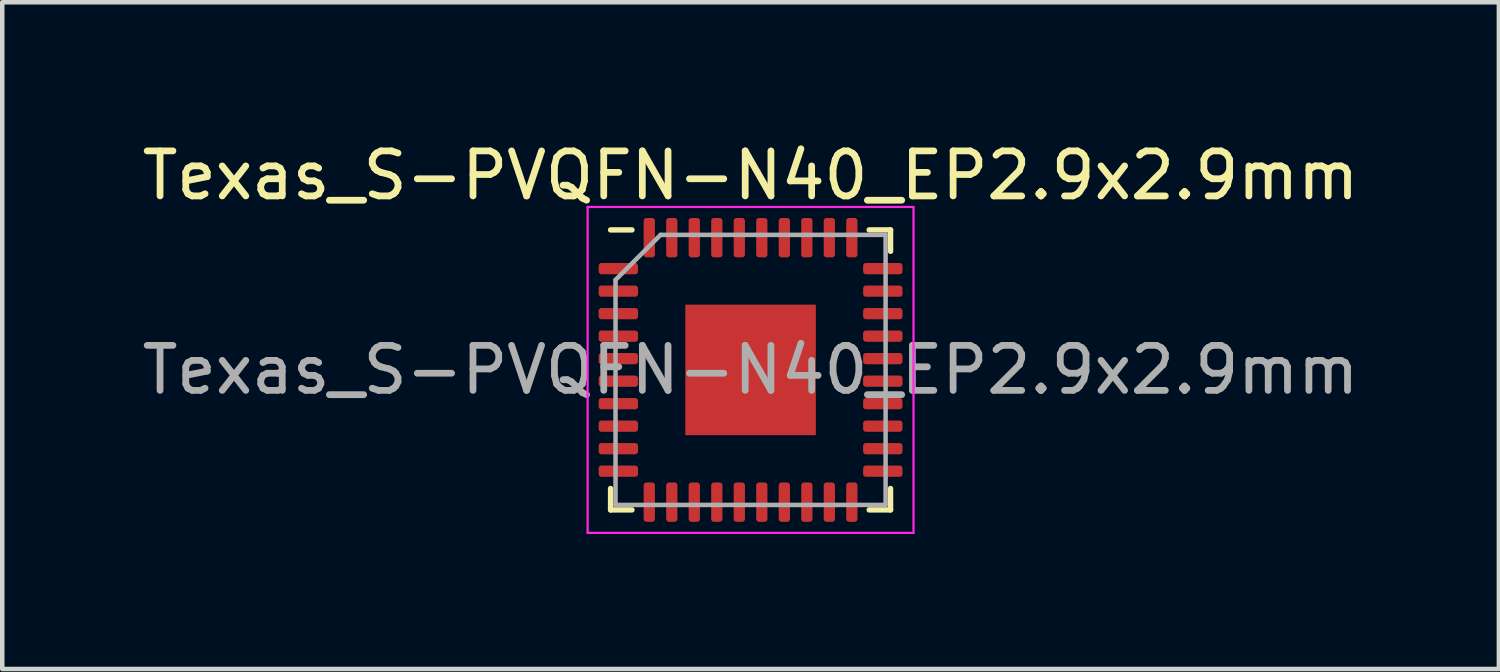
<source format=kicad_pcb>
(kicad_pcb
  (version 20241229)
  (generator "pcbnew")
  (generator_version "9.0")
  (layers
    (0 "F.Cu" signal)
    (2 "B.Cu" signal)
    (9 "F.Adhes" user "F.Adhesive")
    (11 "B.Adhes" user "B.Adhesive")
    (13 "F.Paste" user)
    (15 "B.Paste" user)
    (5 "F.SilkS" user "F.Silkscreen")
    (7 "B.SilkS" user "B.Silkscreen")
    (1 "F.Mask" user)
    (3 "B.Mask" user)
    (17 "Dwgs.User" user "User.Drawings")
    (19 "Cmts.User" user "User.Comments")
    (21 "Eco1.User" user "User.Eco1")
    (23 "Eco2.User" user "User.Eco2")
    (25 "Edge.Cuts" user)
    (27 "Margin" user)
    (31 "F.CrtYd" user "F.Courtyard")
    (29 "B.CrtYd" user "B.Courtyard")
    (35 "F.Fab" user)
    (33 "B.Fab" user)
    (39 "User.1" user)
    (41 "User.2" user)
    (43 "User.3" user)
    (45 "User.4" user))
  (footprint "Texas_S-PVQFN-N40_EP2.9x2.9mm"
    (layer "F.Cu")
    (at 13.625 5.168)
    (property "Reference" "Texas_S-PVQFN-N40_EP2.9x2.9mm" (at 0 -4.32 0) (layer "F.SilkS") (effects (font (size 1 1) (thickness 0.15))))
    (attr smd)
    (fp_line (start -3.11 3.11) (end -3.11 2.635) (stroke (width 0.12) (type solid)) (layer "F.SilkS"))
    (fp_line (start -2.635 -3.11) (end -3.11 -3.11) (stroke (width 0.12) (type solid)) (layer "F.SilkS"))
    (fp_line (start -2.635 3.11) (end -3.11 3.11) (stroke (width 0.12) (type solid)) (layer "F.SilkS"))
    (fp_line (start 2.635 -3.11) (end 3.11 -3.11) (stroke (width 0.12) (type solid)) (layer "F.SilkS"))
    (fp_line (start 2.635 3.11) (end 3.11 3.11) (stroke (width 0.12) (type solid)) (layer "F.SilkS"))
    (fp_line (start 3.11 -3.11) (end 3.11 -2.635) (stroke (width 0.12) (type solid)) (layer "F.SilkS"))
    (fp_line (start 3.11 3.11) (end 3.11 2.635) (stroke (width 0.12) (type solid)) (layer "F.SilkS"))
    (fp_line (start -3.62 -3.62) (end -3.62 3.62) (stroke (width 0.05) (type solid)) (layer "F.CrtYd"))
    (fp_line (start -3.62 3.62) (end 3.62 3.62) (stroke (width 0.05) (type solid)) (layer "F.CrtYd"))
    (fp_line (start 3.62 -3.62) (end -3.62 -3.62) (stroke (width 0.05) (type solid)) (layer "F.CrtYd"))
    (fp_line (start 3.62 3.62) (end 3.62 -3.62) (stroke (width 0.05) (type solid)) (layer "F.CrtYd"))
    (fp_line (start -3 -2) (end -2 -3) (stroke (width 0.1) (type solid)) (layer "F.Fab"))
    (fp_line (start -3 3) (end -3 -2) (stroke (width 0.1) (type solid)) (layer "F.Fab"))
    (fp_line (start -2 -3) (end 3 -3) (stroke (width 0.1) (type solid)) (layer "F.Fab"))
    (fp_line (start 3 -3) (end 3 3) (stroke (width 0.1) (type solid)) (layer "F.Fab"))
    (fp_line (start 3 3) (end -3 3) (stroke (width 0.1) (type solid)) (layer "F.Fab"))
    (fp_text user "${REFERENCE}" (at 0 0 0) (layer "F.Fab") (effects (font (size 1 1) (thickness 0.15))))
    (pad "" smd roundrect (at -0.725 -0.725) (size 1.17 1.17) (layers "F.Paste") (roundrect_rratio 0.214))
    (pad "" smd roundrect (at -0.725 0.725) (size 1.17 1.17) (layers "F.Paste") (roundrect_rratio 0.214))
    (pad "" smd roundrect (at 0.725 -0.725) (size 1.17 1.17) (layers "F.Paste") (roundrect_rratio 0.214))
    (pad "" smd roundrect (at 0.725 0.725) (size 1.17 1.17) (layers "F.Paste") (roundrect_rratio 0.214))
    (pad "1" smd roundrect (at -2.938 -2.25) (size 0.875 0.25) (layers "F.Cu" "F.Mask" "F.Paste") (roundrect_rratio 0.25))
    (pad "2" smd roundrect (at -2.938 -1.75) (size 0.875 0.25) (layers "F.Cu" "F.Mask" "F.Paste") (roundrect_rratio 0.25))
    (pad "3" smd roundrect (at -2.938 -1.25) (size 0.875 0.25) (layers "F.Cu" "F.Mask" "F.Paste") (roundrect_rratio 0.25))
    (pad "4" smd roundrect (at -2.938 -0.75) (size 0.875 0.25) (layers "F.Cu" "F.Mask" "F.Paste") (roundrect_rratio 0.25))
    (pad "5" smd roundrect (at -2.938 -0.25) (size 0.875 0.25) (layers "F.Cu" "F.Mask" "F.Paste") (roundrect_rratio 0.25))
    (pad "6" smd roundrect (at -2.938 0.25) (size 0.875 0.25) (layers "F.Cu" "F.Mask" "F.Paste") (roundrect_rratio 0.25))
    (pad "7" smd roundrect (at -2.938 0.75) (size 0.875 0.25) (layers "F.Cu" "F.Mask" "F.Paste") (roundrect_rratio 0.25))
    (pad "8" smd roundrect (at -2.938 1.25) (size 0.875 0.25) (layers "F.Cu" "F.Mask" "F.Paste") (roundrect_rratio 0.25))
    (pad "9" smd roundrect (at -2.938 1.75) (size 0.875 0.25) (layers "F.Cu" "F.Mask" "F.Paste") (roundrect_rratio 0.25))
    (pad "10" smd roundrect (at -2.938 2.25) (size 0.875 0.25) (layers "F.Cu" "F.Mask" "F.Paste") (roundrect_rratio 0.25))
    (pad "11" smd roundrect (at -2.25 2.938) (size 0.25 0.875) (layers "F.Cu" "F.Mask" "F.Paste") (roundrect_rratio 0.25))
    (pad "12" smd roundrect (at -1.75 2.938) (size 0.25 0.875) (layers "F.Cu" "F.Mask" "F.Paste") (roundrect_rratio 0.25))
    (pad "13" smd roundrect (at -1.25 2.938) (size 0.25 0.875) (layers "F.Cu" "F.Mask" "F.Paste") (roundrect_rratio 0.25))
    (pad "14" smd roundrect (at -0.75 2.938) (size 0.25 0.875) (layers "F.Cu" "F.Mask" "F.Paste") (roundrect_rratio 0.25))
    (pad "15" smd roundrect (at -0.25 2.938) (size 0.25 0.875) (layers "F.Cu" "F.Mask" "F.Paste") (roundrect_rratio 0.25))
    (pad "16" smd roundrect (at 0.25 2.938) (size 0.25 0.875) (layers "F.Cu" "F.Mask" "F.Paste") (roundrect_rratio 0.25))
    (pad "17" smd roundrect (at 0.75 2.938) (size 0.25 0.875) (layers "F.Cu" "F.Mask" "F.Paste") (roundrect_rratio 0.25))
    (pad "18" smd roundrect (at 1.25 2.938) (size 0.25 0.875) (layers "F.Cu" "F.Mask" "F.Paste") (roundrect_rratio 0.25))
    (pad "19" smd roundrect (at 1.75 2.938) (size 0.25 0.875) (layers "F.Cu" "F.Mask" "F.Paste") (roundrect_rratio 0.25))
    (pad "20" smd roundrect (at 2.25 2.938) (size 0.25 0.875) (layers "F.Cu" "F.Mask" "F.Paste") (roundrect_rratio 0.25))
    (pad "21" smd roundrect (at 2.938 2.25) (size 0.875 0.25) (layers "F.Cu" "F.Mask" "F.Paste") (roundrect_rratio 0.25))
    (pad "22" smd roundrect (at 2.938 1.75) (size 0.875 0.25) (layers "F.Cu" "F.Mask" "F.Paste") (roundrect_rratio 0.25))
    (pad "23" smd roundrect (at 2.938 1.25) (size 0.875 0.25) (layers "F.Cu" "F.Mask" "F.Paste") (roundrect_rratio 0.25))
    (pad "24" smd roundrect (at 2.938 0.75) (size 0.875 0.25) (layers "F.Cu" "F.Mask" "F.Paste") (roundrect_rratio 0.25))
    (pad "25" smd roundrect (at 2.938 0.25) (size 0.875 0.25) (layers "F.Cu" "F.Mask" "F.Paste") (roundrect_rratio 0.25))
    (pad "26" smd roundrect (at 2.938 -0.25) (size 0.875 0.25) (layers "F.Cu" "F.Mask" "F.Paste") (roundrect_rratio 0.25))
    (pad "27" smd roundrect (at 2.938 -0.75) (size 0.875 0.25) (layers "F.Cu" "F.Mask" "F.Paste") (roundrect_rratio 0.25))
    (pad "28" smd roundrect (at 2.938 -1.25) (size 0.875 0.25) (layers "F.Cu" "F.Mask" "F.Paste") (roundrect_rratio 0.25))
    (pad "29" smd roundrect (at 2.938 -1.75) (size 0.875 0.25) (layers "F.Cu" "F.Mask" "F.Paste") (roundrect_rratio 0.25))
    (pad "30" smd roundrect (at 2.938 -2.25) (size 0.875 0.25) (layers "F.Cu" "F.Mask" "F.Paste") (roundrect_rratio 0.25))
    (pad "31" smd roundrect (at 2.25 -2.938) (size 0.25 0.875) (layers "F.Cu" "F.Mask" "F.Paste") (roundrect_rratio 0.25))
    (pad "32" smd roundrect (at 1.75 -2.938) (size 0.25 0.875) (layers "F.Cu" "F.Mask" "F.Paste") (roundrect_rratio 0.25))
    (pad "33" smd roundrect (at 1.25 -2.938) (size 0.25 0.875) (layers "F.Cu" "F.Mask" "F.Paste") (roundrect_rratio 0.25))
    (pad "34" smd roundrect (at 0.75 -2.938) (size 0.25 0.875) (layers "F.Cu" "F.Mask" "F.Paste") (roundrect_rratio 0.25))
    (pad "35" smd roundrect (at 0.25 -2.938) (size 0.25 0.875) (layers "F.Cu" "F.Mask" "F.Paste") (roundrect_rratio 0.25))
    (pad "36" smd roundrect (at -0.25 -2.938) (size 0.25 0.875) (layers "F.Cu" "F.Mask" "F.Paste") (roundrect_rratio 0.25))
    (pad "37" smd roundrect (at -0.75 -2.938) (size 0.25 0.875) (layers "F.Cu" "F.Mask" "F.Paste") (roundrect_rratio 0.25))
    (pad "38" smd roundrect (at -1.25 -2.938) (size 0.25 0.875) (layers "F.Cu" "F.Mask" "F.Paste") (roundrect_rratio 0.25))
    (pad "39" smd roundrect (at -1.75 -2.938) (size 0.25 0.875) (layers "F.Cu" "F.Mask" "F.Paste") (roundrect_rratio 0.25))
    (pad "40" smd roundrect (at -2.25 -2.938) (size 0.25 0.875) (layers "F.Cu" "F.Mask" "F.Paste") (roundrect_rratio 0.25))
    (pad "41" smd rect (at 0 0) (size 2.9 2.9) (layers "F.Cu" "F.Mask")))
  (gr_rect
    (start -3 -3)
    (end 30.25 11.813)
    (stroke (width 0.1) (type default))
    (fill no)
    (layer "Edge.Cuts")))
</source>
